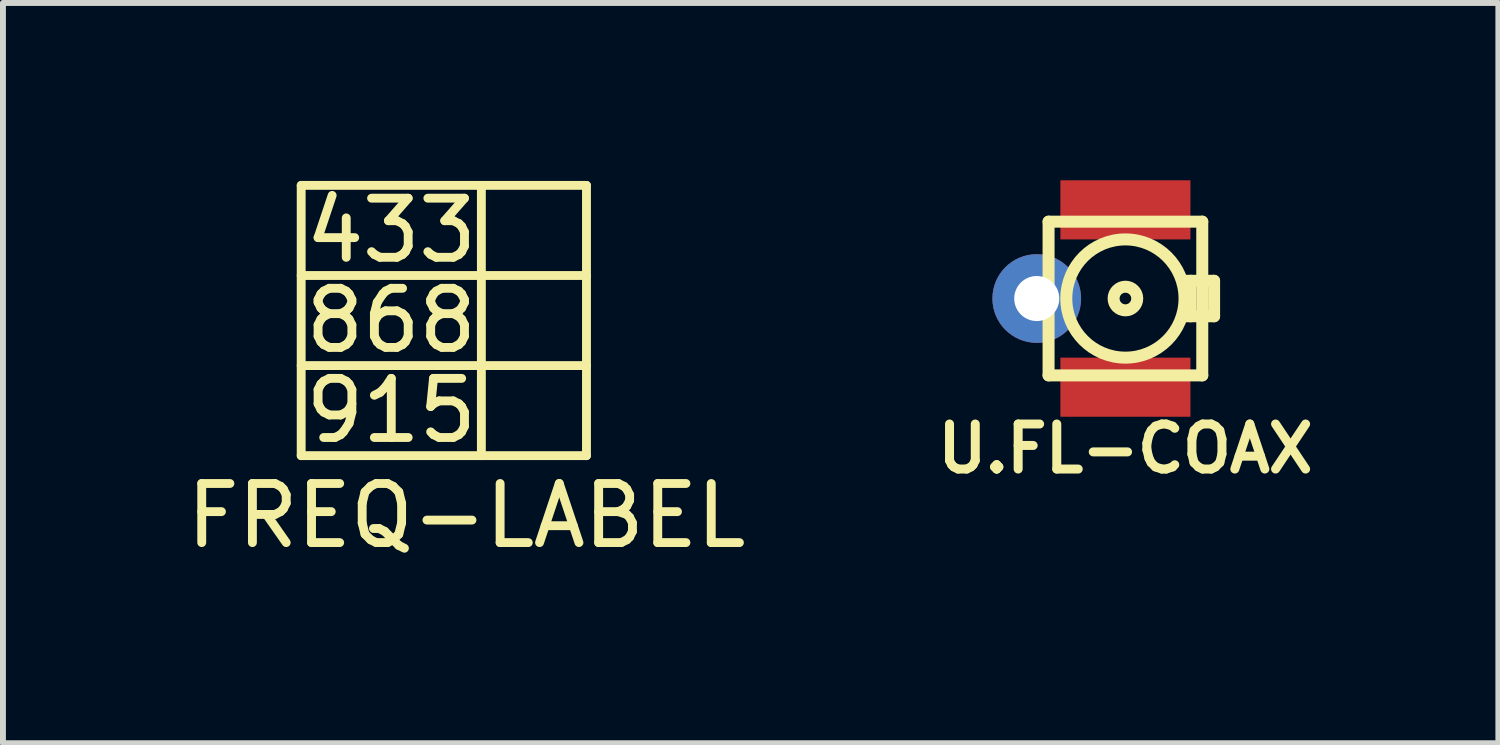
<source format=kicad_pcb>
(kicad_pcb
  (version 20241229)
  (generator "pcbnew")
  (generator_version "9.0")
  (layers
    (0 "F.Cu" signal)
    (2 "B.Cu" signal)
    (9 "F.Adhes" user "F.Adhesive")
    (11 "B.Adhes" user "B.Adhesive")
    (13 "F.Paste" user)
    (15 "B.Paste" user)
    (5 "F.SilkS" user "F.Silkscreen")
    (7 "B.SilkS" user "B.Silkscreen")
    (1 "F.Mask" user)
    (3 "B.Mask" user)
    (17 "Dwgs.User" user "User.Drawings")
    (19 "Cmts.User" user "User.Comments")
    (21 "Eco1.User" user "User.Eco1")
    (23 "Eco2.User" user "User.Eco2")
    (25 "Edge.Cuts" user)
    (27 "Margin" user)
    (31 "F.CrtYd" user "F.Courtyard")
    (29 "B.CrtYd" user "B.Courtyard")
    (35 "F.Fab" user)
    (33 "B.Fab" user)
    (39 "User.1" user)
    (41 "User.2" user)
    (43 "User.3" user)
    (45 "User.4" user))
  (footprint "FREQ-LABEL"
    (layer "F.Cu")
    (at 4.839 2.372)
    (property "Reference" "FREQ-LABEL" (at 0 3.302 0) (layer "F.SilkS") (effects (font (size 1 1) (thickness 0.15))))
    (attr through_hole)
    (fp_line (start -2.794 -2.286) (end -2.794 2.286) (stroke (width 0.15) (type solid)) (layer "F.SilkS"))
    (fp_line (start -2.794 2.286) (end 2.032 2.286) (stroke (width 0.15) (type solid)) (layer "F.SilkS"))
    (fp_line (start 0.254 -0.762) (end -2.794 -0.762) (stroke (width 0.15) (type solid)) (layer "F.SilkS"))
    (fp_line (start 0.254 -0.762) (end 2.032 -0.762) (stroke (width 0.15) (type solid)) (layer "F.SilkS"))
    (fp_line (start 0.254 0.762) (end -2.794 0.762) (stroke (width 0.15) (type solid)) (layer "F.SilkS"))
    (fp_line (start 0.254 0.762) (end 2.032 0.762) (stroke (width 0.15) (type solid)) (layer "F.SilkS"))
    (fp_line (start 0.254 2.286) (end 0.254 -2.286) (stroke (width 0.15) (type solid)) (layer "F.SilkS"))
    (fp_line (start 2.032 -2.286) (end -2.794 -2.286) (stroke (width 0.15) (type solid)) (layer "F.SilkS"))
    (fp_line (start 2.032 2.286) (end 2.032 -2.286) (stroke (width 0.15) (type solid)) (layer "F.SilkS"))
    (fp_text user "433" (at -1.27 -1.524 0) (layer "F.SilkS") (effects (font (size 1 1) (thickness 0.15))))
    (fp_text user "868" (at -1.27 0 0) (layer "F.SilkS") (effects (font (size 1 1) (thickness 0.15))))
    (fp_text user "915" (at -1.27 1.524 0) (layer "F.SilkS") (effects (font (size 1 1) (thickness 0.15)))))
  (footprint "U.FL-COAX"
    (layer "F.Cu")
    (at 15.988 2)
    (property "Reference" "U.FL-COAX" (at 0 2.54 0) (layer "F.SilkS") (effects (font (size 0.762 0.762) (thickness 0.152))))
    (attr smd)
    (fp_line (start -1.3 -1.3) (end -1.3 1.3) (stroke (width 0.203) (type solid)) (layer "F.SilkS"))
    (fp_line (start -1.3 1.3) (end 1.3 1.3) (stroke (width 0.203) (type solid)) (layer "F.SilkS"))
    (fp_line (start 1.1 0.3) (end 1.1 -0.3) (stroke (width 0.203) (type solid)) (layer "F.SilkS"))
    (fp_line (start 1.3 -1.3) (end -1.3 -1.3) (stroke (width 0.203) (type solid)) (layer "F.SilkS"))
    (fp_line (start 1.3 1.3) (end 1.3 -1.3) (stroke (width 0.203) (type solid)) (layer "F.SilkS"))
    (fp_line (start 1.5 -0.3) (end 1 -0.3) (stroke (width 0.203) (type solid)) (layer "F.SilkS"))
    (fp_line (start 1.5 0.3) (end 1 0.3) (stroke (width 0.203) (type solid)) (layer "F.SilkS"))
    (fp_line (start 1.5 0.3) (end 1.5 -0.3) (stroke (width 0.203) (type solid)) (layer "F.SilkS"))
    (fp_circle (center 0 0) (end 0.2 0) (stroke (width 0.203) (type solid)) (fill no) (layer "F.SilkS"))
    (fp_circle (center 0 0) (end 1 0) (stroke (width 0.203) (type solid)) (fill no) (layer "F.SilkS"))
    (pad "1" thru_hole circle (at -1.5 0) (size 1.5 1.5) (drill 0.762) (layers "*.Cu" "*.Mask"))
    (pad "2" smd rect (at 0 -1.5) (size 2.2 1) (layers "F.Cu" "F.Mask" "F.Paste"))
    (pad "2" smd rect (at 0 1.5) (size 2.2 1) (layers "F.Cu" "F.Mask" "F.Paste")))
  (gr_rect
    (start -3 -3)
    (end 22.297 9.523)
    (stroke (width 0.1) (type default))
    (fill no)
    (layer "Edge.Cuts")))
</source>
